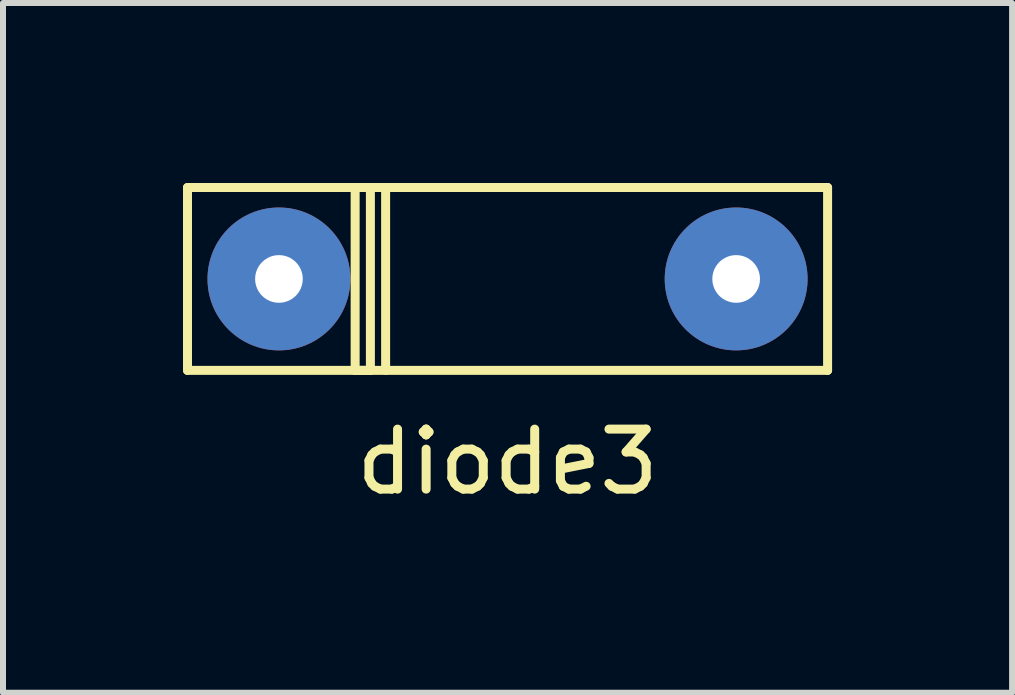
<source format=kicad_pcb>
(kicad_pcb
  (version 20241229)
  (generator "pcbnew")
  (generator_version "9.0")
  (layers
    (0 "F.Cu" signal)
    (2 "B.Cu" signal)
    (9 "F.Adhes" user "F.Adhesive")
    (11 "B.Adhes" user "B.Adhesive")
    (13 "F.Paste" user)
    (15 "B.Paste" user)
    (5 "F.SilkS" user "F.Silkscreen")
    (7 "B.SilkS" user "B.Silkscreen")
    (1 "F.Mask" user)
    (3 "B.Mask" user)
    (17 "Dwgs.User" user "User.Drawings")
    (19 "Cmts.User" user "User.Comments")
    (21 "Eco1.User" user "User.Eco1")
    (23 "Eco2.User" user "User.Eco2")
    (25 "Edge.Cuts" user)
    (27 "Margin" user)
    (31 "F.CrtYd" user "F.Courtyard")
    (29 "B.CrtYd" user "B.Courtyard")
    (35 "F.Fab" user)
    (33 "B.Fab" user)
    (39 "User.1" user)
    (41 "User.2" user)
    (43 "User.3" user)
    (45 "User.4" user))
  (footprint "diode3"
    (layer "F.Cu")
    (at 5.409 1.599)
    (property "Reference" "diode3" (at 0 3.048 0) (layer "F.SilkS") (effects (font (size 1 1) (thickness 0.15))))
    (attr through_hole)
    (fp_line (start -5.334 -1.524) (end 5.334 -1.524) (stroke (width 0.15) (type solid)) (layer "F.SilkS"))
    (fp_line (start -5.334 1.524) (end -5.334 -1.524) (stroke (width 0.15) (type solid)) (layer "F.SilkS"))
    (fp_line (start -2.54 -1.524) (end -2.54 1.524) (stroke (width 0.15) (type solid)) (layer "F.SilkS"))
    (fp_line (start -2.54 1.524) (end -2.286 1.524) (stroke (width 0.15) (type solid)) (layer "F.SilkS"))
    (fp_line (start -2.286 -1.524) (end -2.032 -1.524) (stroke (width 0.15) (type solid)) (layer "F.SilkS"))
    (fp_line (start -2.286 1.524) (end -2.286 -1.524) (stroke (width 0.15) (type solid)) (layer "F.SilkS"))
    (fp_line (start -2.032 -1.524) (end -2.032 1.524) (stroke (width 0.15) (type solid)) (layer "F.SilkS"))
    (fp_line (start 5.334 -1.524) (end 5.334 1.524) (stroke (width 0.15) (type solid)) (layer "F.SilkS"))
    (fp_line (start 5.334 1.524) (end -5.334 1.524) (stroke (width 0.15) (type solid)) (layer "F.SilkS"))
    (pad "1" thru_hole circle (at -3.81 0) (size 2.381 2.381) (drill 0.794) (layers "*.Cu" "*.Mask"))
    (pad "2" thru_hole circle (at 3.81 0) (size 2.381 2.381) (drill 0.794) (layers "*.Cu" "*.Mask")))
  (gr_rect
    (start -3 -3)
    (end 13.818 8.495)
    (stroke (width 0.1) (type default))
    (fill no)
    (layer "Edge.Cuts")))
</source>
